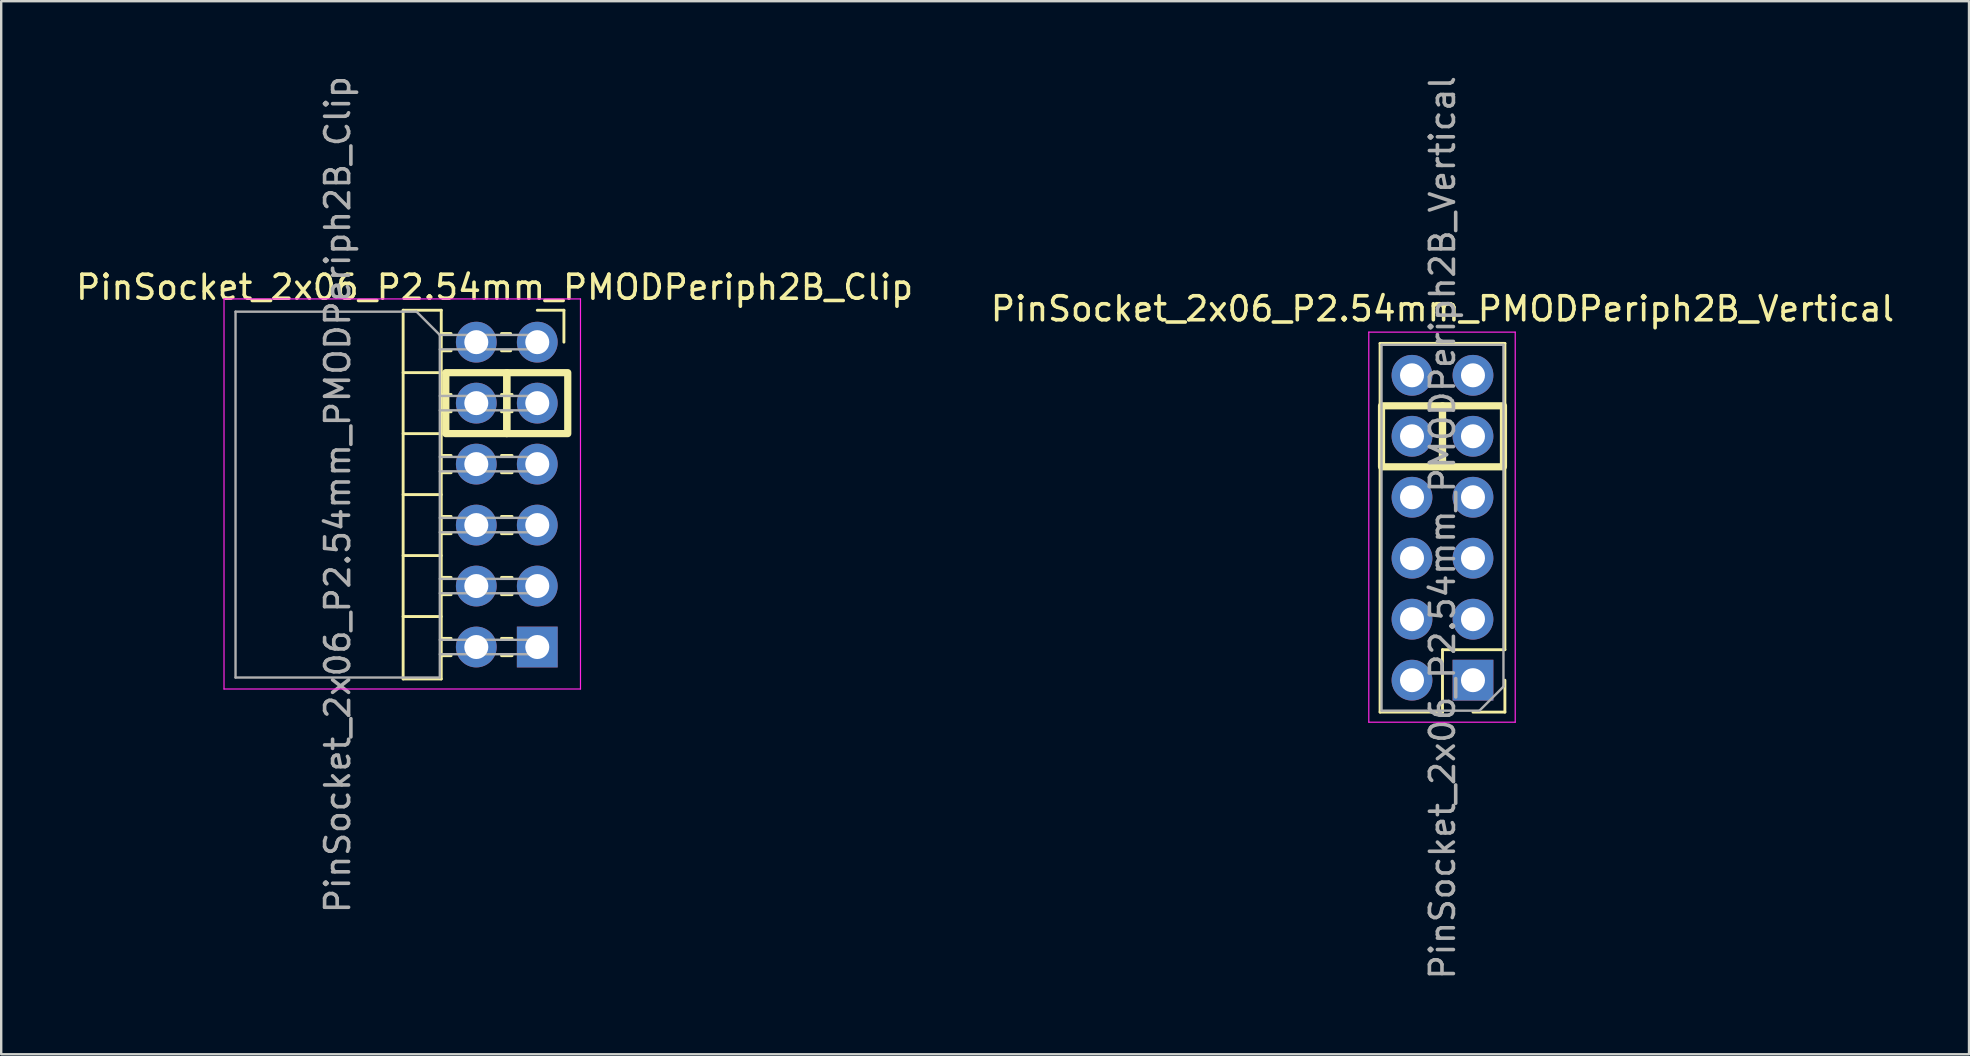
<source format=kicad_pcb>
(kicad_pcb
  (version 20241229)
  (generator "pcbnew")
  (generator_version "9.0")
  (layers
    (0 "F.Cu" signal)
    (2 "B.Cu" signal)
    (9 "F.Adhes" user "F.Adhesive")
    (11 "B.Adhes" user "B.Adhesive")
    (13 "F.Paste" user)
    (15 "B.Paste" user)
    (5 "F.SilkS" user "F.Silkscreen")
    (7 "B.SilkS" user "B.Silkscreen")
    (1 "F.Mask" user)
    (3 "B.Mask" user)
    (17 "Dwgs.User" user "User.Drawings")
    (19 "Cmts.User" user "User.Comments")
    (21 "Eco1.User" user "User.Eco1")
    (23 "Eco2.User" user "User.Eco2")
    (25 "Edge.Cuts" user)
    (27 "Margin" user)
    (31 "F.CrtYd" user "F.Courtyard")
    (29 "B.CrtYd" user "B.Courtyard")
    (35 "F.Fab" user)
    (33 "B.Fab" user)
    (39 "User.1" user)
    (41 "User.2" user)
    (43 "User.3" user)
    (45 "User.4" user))
  (footprint "PinSocket_2x06_P2.54mm_PMODPeriph2B_Clip"
    (layer "F.Cu")
    (at 19.332 11.204)
    (property "Reference" "PinSocket_2x06_P2.54mm_PMODPeriph2B_Clip" (at -1.778 -2.286 0) (layer "F.SilkS") (effects (font (size 1 1) (thickness 0.15))))
    (attr through_hole)
    (fp_line (start -5.588 -1.33) (end -5.588 14.03) (stroke (width 0.12) (type solid)) (layer "F.SilkS"))
    (fp_line (start -5.588 -1.33) (end -4 -1.33) (stroke (width 0.12) (type solid)) (layer "F.SilkS"))
    (fp_line (start -5.588 1.27) (end -4 1.27) (stroke (width 0.12) (type solid)) (layer "F.SilkS"))
    (fp_line (start -5.588 3.81) (end -4 3.81) (stroke (width 0.12) (type solid)) (layer "F.SilkS"))
    (fp_line (start -5.588 6.35) (end -4 6.35) (stroke (width 0.12) (type solid)) (layer "F.SilkS"))
    (fp_line (start -5.588 8.89) (end -4 8.89) (stroke (width 0.12) (type solid)) (layer "F.SilkS"))
    (fp_line (start -5.588 11.43) (end -4 11.43) (stroke (width 0.12) (type solid)) (layer "F.SilkS"))
    (fp_line (start -5.588 14.03) (end -4 14.03) (stroke (width 0.12) (type solid)) (layer "F.SilkS"))
    (fp_line (start -4 -1.33) (end -4 14.03) (stroke (width 0.12) (type solid)) (layer "F.SilkS"))
    (fp_line (start -4 -0.36) (end -3.59 -0.36) (stroke (width 0.12) (type solid)) (layer "F.SilkS"))
    (fp_line (start -4 0.36) (end -3.59 0.36) (stroke (width 0.12) (type solid)) (layer "F.SilkS"))
    (fp_line (start -4 2.18) (end -3.59 2.18) (stroke (width 0.12) (type solid)) (layer "F.SilkS"))
    (fp_line (start -4 2.9) (end -3.59 2.9) (stroke (width 0.12) (type solid)) (layer "F.SilkS"))
    (fp_line (start -4 4.72) (end -3.59 4.72) (stroke (width 0.12) (type solid)) (layer "F.SilkS"))
    (fp_line (start -4 5.44) (end -3.59 5.44) (stroke (width 0.12) (type solid)) (layer "F.SilkS"))
    (fp_line (start -4 7.26) (end -3.59 7.26) (stroke (width 0.12) (type solid)) (layer "F.SilkS"))
    (fp_line (start -4 7.98) (end -3.59 7.98) (stroke (width 0.12) (type solid)) (layer "F.SilkS"))
    (fp_line (start -4 9.8) (end -3.59 9.8) (stroke (width 0.12) (type solid)) (layer "F.SilkS"))
    (fp_line (start -4 10.52) (end -3.59 10.52) (stroke (width 0.12) (type solid)) (layer "F.SilkS"))
    (fp_line (start -4 12.34) (end -3.59 12.34) (stroke (width 0.12) (type solid)) (layer "F.SilkS"))
    (fp_line (start -4 13.06) (end -3.59 13.06) (stroke (width 0.12) (type solid)) (layer "F.SilkS"))
    (fp_line (start -1.49 -0.36) (end -1.11 -0.36) (stroke (width 0.12) (type solid)) (layer "F.SilkS"))
    (fp_line (start -1.49 0.36) (end -1.11 0.36) (stroke (width 0.12) (type solid)) (layer "F.SilkS"))
    (fp_line (start -1.49 2.18) (end -1.05 2.18) (stroke (width 0.12) (type solid)) (layer "F.SilkS"))
    (fp_line (start -1.49 2.9) (end -1.05 2.9) (stroke (width 0.12) (type solid)) (layer "F.SilkS"))
    (fp_line (start -1.49 4.72) (end -1.05 4.72) (stroke (width 0.12) (type solid)) (layer "F.SilkS"))
    (fp_line (start -1.49 5.44) (end -1.05 5.44) (stroke (width 0.12) (type solid)) (layer "F.SilkS"))
    (fp_line (start -1.49 7.26) (end -1.05 7.26) (stroke (width 0.12) (type solid)) (layer "F.SilkS"))
    (fp_line (start -1.49 7.98) (end -1.05 7.98) (stroke (width 0.12) (type solid)) (layer "F.SilkS"))
    (fp_line (start -1.49 9.8) (end -1.05 9.8) (stroke (width 0.12) (type solid)) (layer "F.SilkS"))
    (fp_line (start -1.49 10.52) (end -1.05 10.52) (stroke (width 0.12) (type solid)) (layer "F.SilkS"))
    (fp_line (start -1.49 12.34) (end -1.05 12.34) (stroke (width 0.12) (type solid)) (layer "F.SilkS"))
    (fp_line (start -1.49 13.06) (end -1.05 13.06) (stroke (width 0.12) (type solid)) (layer "F.SilkS"))
    (fp_line (start 0 -1.33) (end 1.11 -1.33) (stroke (width 0.12) (type solid)) (layer "F.SilkS"))
    (fp_line (start 1.11 -1.33) (end 1.11 0) (stroke (width 0.12) (type solid)) (layer "F.SilkS"))
    (fp_rect (start -3.81 1.27) (end -1.27 3.81) (stroke (width 0.3) (type default)) (fill no) (layer "F.SilkS"))
    (fp_rect (start -1.27 1.27) (end 1.27 3.81) (stroke (width 0.3) (type default)) (fill no) (layer "F.SilkS"))
    (fp_line (start -13.05 -1.8) (end -13.05 14.45) (stroke (width 0.05) (type solid)) (layer "F.CrtYd"))
    (fp_line (start -13.05 14.45) (end 1.8 14.45) (stroke (width 0.05) (type solid)) (layer "F.CrtYd"))
    (fp_line (start 1.8 -1.8) (end -13.05 -1.8) (stroke (width 0.05) (type solid)) (layer "F.CrtYd"))
    (fp_line (start 1.8 14.45) (end 1.8 -1.8) (stroke (width 0.05) (type solid)) (layer "F.CrtYd"))
    (fp_line (start -12.57 -1.27) (end -5.03 -1.27) (stroke (width 0.1) (type solid)) (layer "F.Fab"))
    (fp_line (start -12.57 13.97) (end -12.57 -1.27) (stroke (width 0.1) (type solid)) (layer "F.Fab"))
    (fp_line (start -5.03 -1.27) (end -4.06 -0.3) (stroke (width 0.1) (type solid)) (layer "F.Fab"))
    (fp_line (start -4.06 -0.3) (end -4.06 13.97) (stroke (width 0.1) (type solid)) (layer "F.Fab"))
    (fp_line (start -4.06 0.3) (end 0 0.3) (stroke (width 0.1) (type solid)) (layer "F.Fab"))
    (fp_line (start -4.06 2.84) (end 0 2.84) (stroke (width 0.1) (type solid)) (layer "F.Fab"))
    (fp_line (start -4.06 5.38) (end 0 5.38) (stroke (width 0.1) (type solid)) (layer "F.Fab"))
    (fp_line (start -4.06 7.92) (end 0 7.92) (stroke (width 0.1) (type solid)) (layer "F.Fab"))
    (fp_line (start -4.06 10.46) (end 0 10.46) (stroke (width 0.1) (type solid)) (layer "F.Fab"))
    (fp_line (start -4.06 13) (end 0 13) (stroke (width 0.1) (type solid)) (layer "F.Fab"))
    (fp_line (start -4.06 13.97) (end -12.57 13.97) (stroke (width 0.1) (type solid)) (layer "F.Fab"))
    (fp_line (start 0 -0.3) (end -4.06 -0.3) (stroke (width 0.1) (type solid)) (layer "F.Fab"))
    (fp_line (start 0 0.3) (end 0 -0.3) (stroke (width 0.1) (type solid)) (layer "F.Fab"))
    (fp_line (start 0 2.24) (end -4.06 2.24) (stroke (width 0.1) (type solid)) (layer "F.Fab"))
    (fp_line (start 0 2.84) (end 0 2.24) (stroke (width 0.1) (type solid)) (layer "F.Fab"))
    (fp_line (start 0 4.78) (end -4.06 4.78) (stroke (width 0.1) (type solid)) (layer "F.Fab"))
    (fp_line (start 0 5.38) (end 0 4.78) (stroke (width 0.1) (type solid)) (layer "F.Fab"))
    (fp_line (start 0 7.32) (end -4.06 7.32) (stroke (width 0.1) (type solid)) (layer "F.Fab"))
    (fp_line (start 0 7.92) (end 0 7.32) (stroke (width 0.1) (type solid)) (layer "F.Fab"))
    (fp_line (start 0 9.86) (end -4.06 9.86) (stroke (width 0.1) (type solid)) (layer "F.Fab"))
    (fp_line (start 0 10.46) (end 0 9.86) (stroke (width 0.1) (type solid)) (layer "F.Fab"))
    (fp_line (start 0 12.4) (end -4.06 12.4) (stroke (width 0.1) (type solid)) (layer "F.Fab"))
    (fp_line (start 0 13) (end 0 12.4) (stroke (width 0.1) (type solid)) (layer "F.Fab"))
    (fp_text user "${REFERENCE}" (at -8.315 6.35 90) (layer "F.Fab") (effects (font (size 1 1) (thickness 0.15))))
    (pad "1" thru_hole rect (at 0 12.7) (size 1.7 1.7) (drill 1) (layers "*.Cu" "*.Mask"))
    (pad "2" thru_hole oval (at 0 10.16) (size 1.7 1.7) (drill 1) (layers "*.Cu" "*.Mask"))
    (pad "3" thru_hole oval (at 0 7.62) (size 1.7 1.7) (drill 1) (layers "*.Cu" "*.Mask"))
    (pad "4" thru_hole oval (at 0 5.08) (size 1.7 1.7) (drill 1) (layers "*.Cu" "*.Mask"))
    (pad "5" thru_hole oval (at 0 2.54) (size 1.7 1.7) (drill 1) (layers "*.Cu" "*.Mask"))
    (pad "6" thru_hole circle (at 0 0) (size 1.7 1.7) (drill 1) (layers "*.Cu" "*.Mask"))
    (pad "7" thru_hole oval (at -2.54 12.7) (size 1.7 1.7) (drill 1) (layers "*.Cu" "*.Mask"))
    (pad "8" thru_hole oval (at -2.54 10.16) (size 1.7 1.7) (drill 1) (layers "*.Cu" "*.Mask"))
    (pad "9" thru_hole oval (at -2.54 7.62) (size 1.7 1.7) (drill 1) (layers "*.Cu" "*.Mask"))
    (pad "10" thru_hole oval (at -2.54 5.08) (size 1.7 1.7) (drill 1) (layers "*.Cu" "*.Mask"))
    (pad "11" thru_hole oval (at -2.54 2.54) (size 1.7 1.7) (drill 1) (layers "*.Cu" "*.Mask"))
    (pad "12" thru_hole oval (at -2.54 0) (size 1.7 1.7) (drill 1) (layers "*.Cu" "*.Mask")))
  (footprint "PinSocket_2x06_P2.54mm_PMODPeriph2B_Vertical"
    (layer "F.Cu")
    (at 58.312 12.585)
    (property "Reference" "PinSocket_2x06_P2.54mm_PMODPeriph2B_Vertical" (at -1.27 -2.77 0) (layer "F.SilkS") (effects (font (size 1 1) (thickness 0.15))))
    (attr through_hole)
    (fp_line (start -3.87 -1.33) (end 1.33 -1.33) (stroke (width 0.12) (type solid)) (layer "F.SilkS"))
    (fp_line (start -3.87 14.03) (end -3.87 -1.33) (stroke (width 0.12) (type solid)) (layer "F.SilkS"))
    (fp_line (start -3.87 14.03) (end -1.27 14.03) (stroke (width 0.12) (type solid)) (layer "F.SilkS"))
    (fp_line (start -1.27 11.43) (end 1.33 11.43) (stroke (width 0.12) (type solid)) (layer "F.SilkS"))
    (fp_line (start -1.27 14.03) (end -1.27 11.43) (stroke (width 0.12) (type solid)) (layer "F.SilkS"))
    (fp_line (start 0 14.03) (end 1.33 14.03) (stroke (width 0.12) (type solid)) (layer "F.SilkS"))
    (fp_line (start 1.33 11.43) (end 1.33 -1.33) (stroke (width 0.12) (type solid)) (layer "F.SilkS"))
    (fp_line (start 1.33 14.03) (end 1.33 12.7) (stroke (width 0.12) (type solid)) (layer "F.SilkS"))
    (fp_rect (start -3.81 1.27) (end -1.27 3.81) (stroke (width 0.3) (type default)) (fill no) (layer "F.SilkS"))
    (fp_rect (start -1.27 1.27) (end 1.27 3.81) (stroke (width 0.3) (type default)) (fill no) (layer "F.SilkS"))
    (fp_line (start -4.34 -1.8) (end 1.76 -1.8) (stroke (width 0.05) (type solid)) (layer "F.CrtYd"))
    (fp_line (start -4.34 14.45) (end -4.34 -1.8) (stroke (width 0.05) (type solid)) (layer "F.CrtYd"))
    (fp_line (start 1.76 -1.8) (end 1.76 14.45) (stroke (width 0.05) (type solid)) (layer "F.CrtYd"))
    (fp_line (start 1.76 14.45) (end -4.34 14.45) (stroke (width 0.05) (type solid)) (layer "F.CrtYd"))
    (fp_line (start -3.81 -1.27) (end -3.81 13.97) (stroke (width 0.1) (type solid)) (layer "F.Fab"))
    (fp_line (start -3.81 13.97) (end 0.27 13.97) (stroke (width 0.1) (type solid)) (layer "F.Fab"))
    (fp_line (start 0.27 13.97) (end 1.27 12.97) (stroke (width 0.1) (type solid)) (layer "F.Fab"))
    (fp_line (start 1.27 -1.27) (end -3.81 -1.27) (stroke (width 0.1) (type solid)) (layer "F.Fab"))
    (fp_line (start 1.27 12.97) (end 1.27 -1.27) (stroke (width 0.1) (type solid)) (layer "F.Fab"))
    (fp_text user "${REFERENCE}" (at -1.27 6.35 90) (layer "F.Fab") (effects (font (size 1 1) (thickness 0.15))))
    (pad "1" thru_hole rect (at 0 12.7) (size 1.7 1.7) (drill 1) (layers "*.Cu" "*.Mask"))
    (pad "2" thru_hole oval (at 0 10.16) (size 1.7 1.7) (drill 1) (layers "*.Cu" "*.Mask"))
    (pad "3" thru_hole oval (at 0 7.62) (size 1.7 1.7) (drill 1) (layers "*.Cu" "*.Mask"))
    (pad "4" thru_hole oval (at 0 5.08) (size 1.7 1.7) (drill 1) (layers "*.Cu" "*.Mask"))
    (pad "5" thru_hole oval (at 0 2.54) (size 1.7 1.7) (drill 1) (layers "*.Cu" "*.Mask"))
    (pad "6" thru_hole circle (at 0 0) (size 1.7 1.7) (drill 1) (layers "*.Cu" "*.Mask"))
    (pad "7" thru_hole oval (at -2.54 12.7) (size 1.7 1.7) (drill 1) (layers "*.Cu" "*.Mask"))
    (pad "8" thru_hole oval (at -2.54 10.16) (size 1.7 1.7) (drill 1) (layers "*.Cu" "*.Mask"))
    (pad "9" thru_hole oval (at -2.54 7.62) (size 1.7 1.7) (drill 1) (layers "*.Cu" "*.Mask"))
    (pad "10" thru_hole oval (at -2.54 5.08) (size 1.7 1.7) (drill 1) (layers "*.Cu" "*.Mask"))
    (pad "11" thru_hole oval (at -2.54 2.54) (size 1.7 1.7) (drill 1) (layers "*.Cu" "*.Mask"))
    (pad "12" thru_hole oval (at -2.54 0) (size 1.7 1.7) (drill 1) (layers "*.Cu" "*.Mask")))
  (gr_rect
    (start -3 -3)
    (end 78.976 40.869)
    (stroke (width 0.1) (type default))
    (fill no)
    (layer "Edge.Cuts")))
</source>
